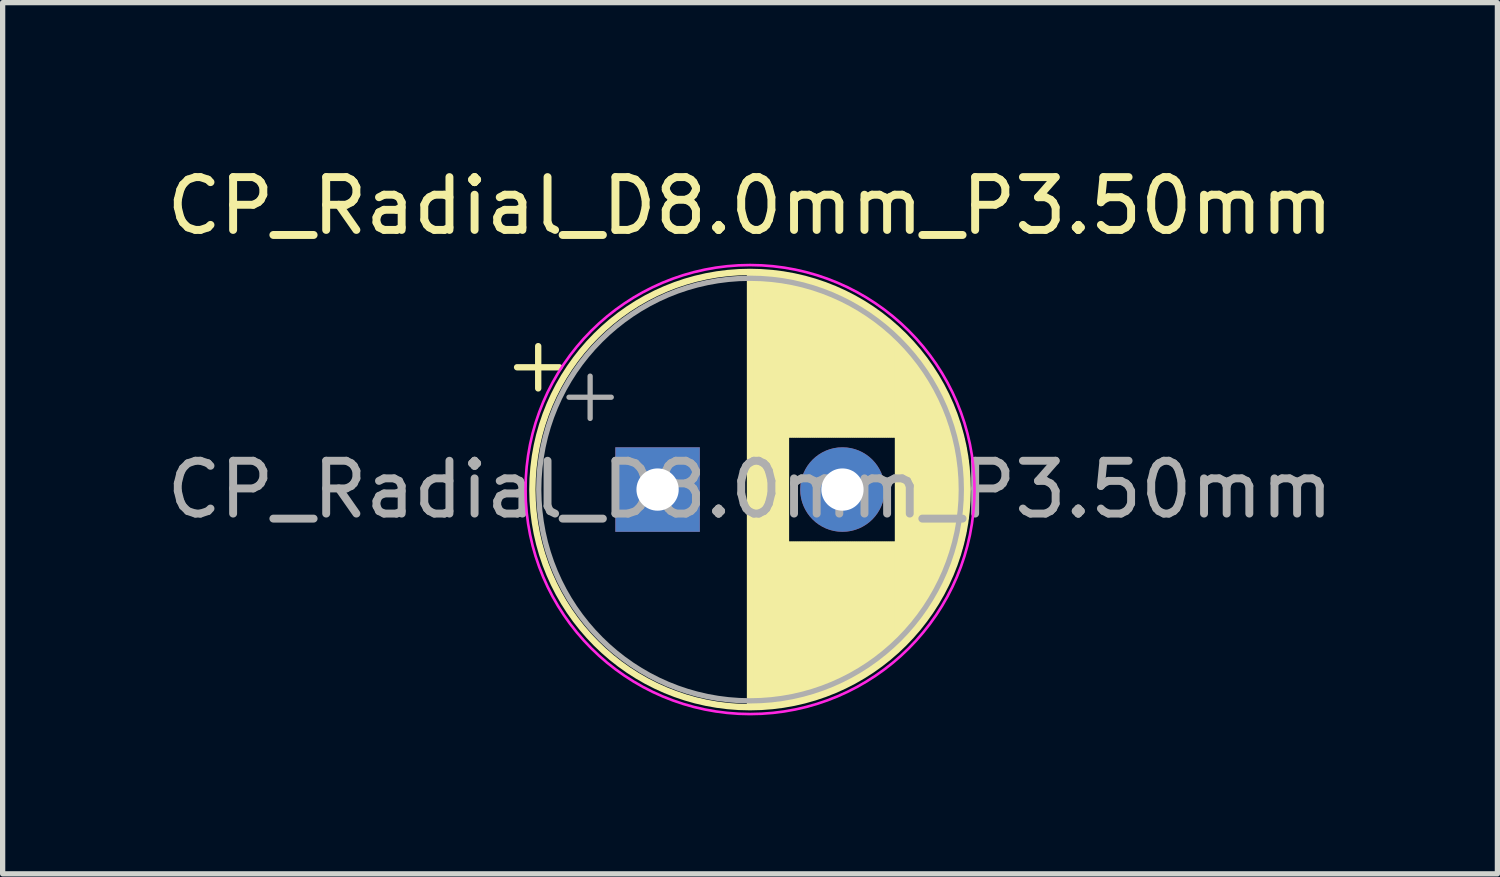
<source format=kicad_pcb>
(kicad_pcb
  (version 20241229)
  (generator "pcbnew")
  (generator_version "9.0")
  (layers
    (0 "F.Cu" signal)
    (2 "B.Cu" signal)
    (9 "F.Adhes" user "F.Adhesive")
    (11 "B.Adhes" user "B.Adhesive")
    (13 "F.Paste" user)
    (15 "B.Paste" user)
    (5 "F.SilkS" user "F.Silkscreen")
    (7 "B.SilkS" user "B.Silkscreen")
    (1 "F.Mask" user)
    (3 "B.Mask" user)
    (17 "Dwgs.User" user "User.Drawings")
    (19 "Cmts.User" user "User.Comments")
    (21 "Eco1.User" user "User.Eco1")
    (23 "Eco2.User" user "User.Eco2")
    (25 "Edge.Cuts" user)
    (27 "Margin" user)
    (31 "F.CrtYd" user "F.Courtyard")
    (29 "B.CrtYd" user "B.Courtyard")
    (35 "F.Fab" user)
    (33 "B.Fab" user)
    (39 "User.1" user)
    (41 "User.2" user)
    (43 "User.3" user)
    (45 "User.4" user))
  (footprint "CP_Radial_D8.0mm_P3.50mm"
    (layer "F.Cu")
    (at 9.399 6.218)
    (property "Reference" "CP_Radial_D8.0mm_P3.50mm" (at 1.75 -5.37 0) (layer "F.SilkS") (effects (font (size 1 1) (thickness 0.15))))
    (attr through_hole)
    (fp_line (start -2.66 -2.315) (end -1.86 -2.315) (stroke (width 0.12) (type solid)) (layer "F.SilkS"))
    (fp_line (start -2.26 -2.715) (end -2.26 -1.915) (stroke (width 0.12) (type solid)) (layer "F.SilkS"))
    (fp_line (start 1.75 -4.08) (end 1.75 4.08) (stroke (width 0.12) (type solid)) (layer "F.SilkS"))
    (fp_line (start 1.79 -4.08) (end 1.79 4.08) (stroke (width 0.12) (type solid)) (layer "F.SilkS"))
    (fp_line (start 1.83 -4.08) (end 1.83 4.08) (stroke (width 0.12) (type solid)) (layer "F.SilkS"))
    (fp_line (start 1.87 -4.079) (end 1.87 4.079) (stroke (width 0.12) (type solid)) (layer "F.SilkS"))
    (fp_line (start 1.91 -4.077) (end 1.91 4.077) (stroke (width 0.12) (type solid)) (layer "F.SilkS"))
    (fp_line (start 1.95 -4.076) (end 1.95 4.076) (stroke (width 0.12) (type solid)) (layer "F.SilkS"))
    (fp_line (start 1.99 -4.074) (end 1.99 4.074) (stroke (width 0.12) (type solid)) (layer "F.SilkS"))
    (fp_line (start 2.03 -4.071) (end 2.03 4.071) (stroke (width 0.12) (type solid)) (layer "F.SilkS"))
    (fp_line (start 2.07 -4.068) (end 2.07 4.068) (stroke (width 0.12) (type solid)) (layer "F.SilkS"))
    (fp_line (start 2.11 -4.065) (end 2.11 4.065) (stroke (width 0.12) (type solid)) (layer "F.SilkS"))
    (fp_line (start 2.15 -4.061) (end 2.15 4.061) (stroke (width 0.12) (type solid)) (layer "F.SilkS"))
    (fp_line (start 2.19 -4.057) (end 2.19 4.057) (stroke (width 0.12) (type solid)) (layer "F.SilkS"))
    (fp_line (start 2.23 -4.052) (end 2.23 4.052) (stroke (width 0.12) (type solid)) (layer "F.SilkS"))
    (fp_line (start 2.27 -4.048) (end 2.27 4.048) (stroke (width 0.12) (type solid)) (layer "F.SilkS"))
    (fp_line (start 2.31 -4.042) (end 2.31 4.042) (stroke (width 0.12) (type solid)) (layer "F.SilkS"))
    (fp_line (start 2.35 -4.037) (end 2.35 4.037) (stroke (width 0.12) (type solid)) (layer "F.SilkS"))
    (fp_line (start 2.39 -4.03) (end 2.39 4.03) (stroke (width 0.12) (type solid)) (layer "F.SilkS"))
    (fp_line (start 2.43 -4.024) (end 2.43 4.024) (stroke (width 0.12) (type solid)) (layer "F.SilkS"))
    (fp_line (start 2.471 -4.017) (end 2.471 -1.04) (stroke (width 0.12) (type solid)) (layer "F.SilkS"))
    (fp_line (start 2.471 1.04) (end 2.471 4.017) (stroke (width 0.12) (type solid)) (layer "F.SilkS"))
    (fp_line (start 2.511 -4.01) (end 2.511 -1.04) (stroke (width 0.12) (type solid)) (layer "F.SilkS"))
    (fp_line (start 2.511 1.04) (end 2.511 4.01) (stroke (width 0.12) (type solid)) (layer "F.SilkS"))
    (fp_line (start 2.551 -4.002) (end 2.551 -1.04) (stroke (width 0.12) (type solid)) (layer "F.SilkS"))
    (fp_line (start 2.551 1.04) (end 2.551 4.002) (stroke (width 0.12) (type solid)) (layer "F.SilkS"))
    (fp_line (start 2.591 -3.994) (end 2.591 -1.04) (stroke (width 0.12) (type solid)) (layer "F.SilkS"))
    (fp_line (start 2.591 1.04) (end 2.591 3.994) (stroke (width 0.12) (type solid)) (layer "F.SilkS"))
    (fp_line (start 2.631 -3.985) (end 2.631 -1.04) (stroke (width 0.12) (type solid)) (layer "F.SilkS"))
    (fp_line (start 2.631 1.04) (end 2.631 3.985) (stroke (width 0.12) (type solid)) (layer "F.SilkS"))
    (fp_line (start 2.671 -3.976) (end 2.671 -1.04) (stroke (width 0.12) (type solid)) (layer "F.SilkS"))
    (fp_line (start 2.671 1.04) (end 2.671 3.976) (stroke (width 0.12) (type solid)) (layer "F.SilkS"))
    (fp_line (start 2.711 -3.967) (end 2.711 -1.04) (stroke (width 0.12) (type solid)) (layer "F.SilkS"))
    (fp_line (start 2.711 1.04) (end 2.711 3.967) (stroke (width 0.12) (type solid)) (layer "F.SilkS"))
    (fp_line (start 2.751 -3.957) (end 2.751 -1.04) (stroke (width 0.12) (type solid)) (layer "F.SilkS"))
    (fp_line (start 2.751 1.04) (end 2.751 3.957) (stroke (width 0.12) (type solid)) (layer "F.SilkS"))
    (fp_line (start 2.791 -3.947) (end 2.791 -1.04) (stroke (width 0.12) (type solid)) (layer "F.SilkS"))
    (fp_line (start 2.791 1.04) (end 2.791 3.947) (stroke (width 0.12) (type solid)) (layer "F.SilkS"))
    (fp_line (start 2.831 -3.936) (end 2.831 -1.04) (stroke (width 0.12) (type solid)) (layer "F.SilkS"))
    (fp_line (start 2.831 1.04) (end 2.831 3.936) (stroke (width 0.12) (type solid)) (layer "F.SilkS"))
    (fp_line (start 2.871 -3.925) (end 2.871 -1.04) (stroke (width 0.12) (type solid)) (layer "F.SilkS"))
    (fp_line (start 2.871 1.04) (end 2.871 3.925) (stroke (width 0.12) (type solid)) (layer "F.SilkS"))
    (fp_line (start 2.911 -3.914) (end 2.911 -1.04) (stroke (width 0.12) (type solid)) (layer "F.SilkS"))
    (fp_line (start 2.911 1.04) (end 2.911 3.914) (stroke (width 0.12) (type solid)) (layer "F.SilkS"))
    (fp_line (start 2.951 -3.902) (end 2.951 -1.04) (stroke (width 0.12) (type solid)) (layer "F.SilkS"))
    (fp_line (start 2.951 1.04) (end 2.951 3.902) (stroke (width 0.12) (type solid)) (layer "F.SilkS"))
    (fp_line (start 2.991 -3.889) (end 2.991 -1.04) (stroke (width 0.12) (type solid)) (layer "F.SilkS"))
    (fp_line (start 2.991 1.04) (end 2.991 3.889) (stroke (width 0.12) (type solid)) (layer "F.SilkS"))
    (fp_line (start 3.031 -3.877) (end 3.031 -1.04) (stroke (width 0.12) (type solid)) (layer "F.SilkS"))
    (fp_line (start 3.031 1.04) (end 3.031 3.877) (stroke (width 0.12) (type solid)) (layer "F.SilkS"))
    (fp_line (start 3.071 -3.863) (end 3.071 -1.04) (stroke (width 0.12) (type solid)) (layer "F.SilkS"))
    (fp_line (start 3.071 1.04) (end 3.071 3.863) (stroke (width 0.12) (type solid)) (layer "F.SilkS"))
    (fp_line (start 3.111 -3.85) (end 3.111 -1.04) (stroke (width 0.12) (type solid)) (layer "F.SilkS"))
    (fp_line (start 3.111 1.04) (end 3.111 3.85) (stroke (width 0.12) (type solid)) (layer "F.SilkS"))
    (fp_line (start 3.151 -3.835) (end 3.151 -1.04) (stroke (width 0.12) (type solid)) (layer "F.SilkS"))
    (fp_line (start 3.151 1.04) (end 3.151 3.835) (stroke (width 0.12) (type solid)) (layer "F.SilkS"))
    (fp_line (start 3.191 -3.821) (end 3.191 -1.04) (stroke (width 0.12) (type solid)) (layer "F.SilkS"))
    (fp_line (start 3.191 1.04) (end 3.191 3.821) (stroke (width 0.12) (type solid)) (layer "F.SilkS"))
    (fp_line (start 3.231 -3.805) (end 3.231 -1.04) (stroke (width 0.12) (type solid)) (layer "F.SilkS"))
    (fp_line (start 3.231 1.04) (end 3.231 3.805) (stroke (width 0.12) (type solid)) (layer "F.SilkS"))
    (fp_line (start 3.271 -3.79) (end 3.271 -1.04) (stroke (width 0.12) (type solid)) (layer "F.SilkS"))
    (fp_line (start 3.271 1.04) (end 3.271 3.79) (stroke (width 0.12) (type solid)) (layer "F.SilkS"))
    (fp_line (start 3.311 -3.774) (end 3.311 -1.04) (stroke (width 0.12) (type solid)) (layer "F.SilkS"))
    (fp_line (start 3.311 1.04) (end 3.311 3.774) (stroke (width 0.12) (type solid)) (layer "F.SilkS"))
    (fp_line (start 3.351 -3.757) (end 3.351 -1.04) (stroke (width 0.12) (type solid)) (layer "F.SilkS"))
    (fp_line (start 3.351 1.04) (end 3.351 3.757) (stroke (width 0.12) (type solid)) (layer "F.SilkS"))
    (fp_line (start 3.391 -3.74) (end 3.391 -1.04) (stroke (width 0.12) (type solid)) (layer "F.SilkS"))
    (fp_line (start 3.391 1.04) (end 3.391 3.74) (stroke (width 0.12) (type solid)) (layer "F.SilkS"))
    (fp_line (start 3.431 -3.722) (end 3.431 -1.04) (stroke (width 0.12) (type solid)) (layer "F.SilkS"))
    (fp_line (start 3.431 1.04) (end 3.431 3.722) (stroke (width 0.12) (type solid)) (layer "F.SilkS"))
    (fp_line (start 3.471 -3.704) (end 3.471 -1.04) (stroke (width 0.12) (type solid)) (layer "F.SilkS"))
    (fp_line (start 3.471 1.04) (end 3.471 3.704) (stroke (width 0.12) (type solid)) (layer "F.SilkS"))
    (fp_line (start 3.511 -3.686) (end 3.511 -1.04) (stroke (width 0.12) (type solid)) (layer "F.SilkS"))
    (fp_line (start 3.511 1.04) (end 3.511 3.686) (stroke (width 0.12) (type solid)) (layer "F.SilkS"))
    (fp_line (start 3.551 -3.666) (end 3.551 -1.04) (stroke (width 0.12) (type solid)) (layer "F.SilkS"))
    (fp_line (start 3.551 1.04) (end 3.551 3.666) (stroke (width 0.12) (type solid)) (layer "F.SilkS"))
    (fp_line (start 3.591 -3.647) (end 3.591 -1.04) (stroke (width 0.12) (type solid)) (layer "F.SilkS"))
    (fp_line (start 3.591 1.04) (end 3.591 3.647) (stroke (width 0.12) (type solid)) (layer "F.SilkS"))
    (fp_line (start 3.631 -3.627) (end 3.631 -1.04) (stroke (width 0.12) (type solid)) (layer "F.SilkS"))
    (fp_line (start 3.631 1.04) (end 3.631 3.627) (stroke (width 0.12) (type solid)) (layer "F.SilkS"))
    (fp_line (start 3.671 -3.606) (end 3.671 -1.04) (stroke (width 0.12) (type solid)) (layer "F.SilkS"))
    (fp_line (start 3.671 1.04) (end 3.671 3.606) (stroke (width 0.12) (type solid)) (layer "F.SilkS"))
    (fp_line (start 3.711 -3.584) (end 3.711 -1.04) (stroke (width 0.12) (type solid)) (layer "F.SilkS"))
    (fp_line (start 3.711 1.04) (end 3.711 3.584) (stroke (width 0.12) (type solid)) (layer "F.SilkS"))
    (fp_line (start 3.751 -3.562) (end 3.751 -1.04) (stroke (width 0.12) (type solid)) (layer "F.SilkS"))
    (fp_line (start 3.751 1.04) (end 3.751 3.562) (stroke (width 0.12) (type solid)) (layer "F.SilkS"))
    (fp_line (start 3.791 -3.54) (end 3.791 -1.04) (stroke (width 0.12) (type solid)) (layer "F.SilkS"))
    (fp_line (start 3.791 1.04) (end 3.791 3.54) (stroke (width 0.12) (type solid)) (layer "F.SilkS"))
    (fp_line (start 3.831 -3.517) (end 3.831 -1.04) (stroke (width 0.12) (type solid)) (layer "F.SilkS"))
    (fp_line (start 3.831 1.04) (end 3.831 3.517) (stroke (width 0.12) (type solid)) (layer "F.SilkS"))
    (fp_line (start 3.871 -3.493) (end 3.871 -1.04) (stroke (width 0.12) (type solid)) (layer "F.SilkS"))
    (fp_line (start 3.871 1.04) (end 3.871 3.493) (stroke (width 0.12) (type solid)) (layer "F.SilkS"))
    (fp_line (start 3.911 -3.469) (end 3.911 -1.04) (stroke (width 0.12) (type solid)) (layer "F.SilkS"))
    (fp_line (start 3.911 1.04) (end 3.911 3.469) (stroke (width 0.12) (type solid)) (layer "F.SilkS"))
    (fp_line (start 3.951 -3.444) (end 3.951 -1.04) (stroke (width 0.12) (type solid)) (layer "F.SilkS"))
    (fp_line (start 3.951 1.04) (end 3.951 3.444) (stroke (width 0.12) (type solid)) (layer "F.SilkS"))
    (fp_line (start 3.991 -3.418) (end 3.991 -1.04) (stroke (width 0.12) (type solid)) (layer "F.SilkS"))
    (fp_line (start 3.991 1.04) (end 3.991 3.418) (stroke (width 0.12) (type solid)) (layer "F.SilkS"))
    (fp_line (start 4.031 -3.392) (end 4.031 -1.04) (stroke (width 0.12) (type solid)) (layer "F.SilkS"))
    (fp_line (start 4.031 1.04) (end 4.031 3.392) (stroke (width 0.12) (type solid)) (layer "F.SilkS"))
    (fp_line (start 4.071 -3.365) (end 4.071 -1.04) (stroke (width 0.12) (type solid)) (layer "F.SilkS"))
    (fp_line (start 4.071 1.04) (end 4.071 3.365) (stroke (width 0.12) (type solid)) (layer "F.SilkS"))
    (fp_line (start 4.111 -3.338) (end 4.111 -1.04) (stroke (width 0.12) (type solid)) (layer "F.SilkS"))
    (fp_line (start 4.111 1.04) (end 4.111 3.338) (stroke (width 0.12) (type solid)) (layer "F.SilkS"))
    (fp_line (start 4.151 -3.309) (end 4.151 -1.04) (stroke (width 0.12) (type solid)) (layer "F.SilkS"))
    (fp_line (start 4.151 1.04) (end 4.151 3.309) (stroke (width 0.12) (type solid)) (layer "F.SilkS"))
    (fp_line (start 4.191 -3.28) (end 4.191 -1.04) (stroke (width 0.12) (type solid)) (layer "F.SilkS"))
    (fp_line (start 4.191 1.04) (end 4.191 3.28) (stroke (width 0.12) (type solid)) (layer "F.SilkS"))
    (fp_line (start 4.231 -3.25) (end 4.231 -1.04) (stroke (width 0.12) (type solid)) (layer "F.SilkS"))
    (fp_line (start 4.231 1.04) (end 4.231 3.25) (stroke (width 0.12) (type solid)) (layer "F.SilkS"))
    (fp_line (start 4.271 -3.22) (end 4.271 -1.04) (stroke (width 0.12) (type solid)) (layer "F.SilkS"))
    (fp_line (start 4.271 1.04) (end 4.271 3.22) (stroke (width 0.12) (type solid)) (layer "F.SilkS"))
    (fp_line (start 4.311 -3.189) (end 4.311 -1.04) (stroke (width 0.12) (type solid)) (layer "F.SilkS"))
    (fp_line (start 4.311 1.04) (end 4.311 3.189) (stroke (width 0.12) (type solid)) (layer "F.SilkS"))
    (fp_line (start 4.351 -3.156) (end 4.351 -1.04) (stroke (width 0.12) (type solid)) (layer "F.SilkS"))
    (fp_line (start 4.351 1.04) (end 4.351 3.156) (stroke (width 0.12) (type solid)) (layer "F.SilkS"))
    (fp_line (start 4.391 -3.124) (end 4.391 -1.04) (stroke (width 0.12) (type solid)) (layer "F.SilkS"))
    (fp_line (start 4.391 1.04) (end 4.391 3.124) (stroke (width 0.12) (type solid)) (layer "F.SilkS"))
    (fp_line (start 4.431 -3.09) (end 4.431 -1.04) (stroke (width 0.12) (type solid)) (layer "F.SilkS"))
    (fp_line (start 4.431 1.04) (end 4.431 3.09) (stroke (width 0.12) (type solid)) (layer "F.SilkS"))
    (fp_line (start 4.471 -3.055) (end 4.471 -1.04) (stroke (width 0.12) (type solid)) (layer "F.SilkS"))
    (fp_line (start 4.471 1.04) (end 4.471 3.055) (stroke (width 0.12) (type solid)) (layer "F.SilkS"))
    (fp_line (start 4.511 -3.019) (end 4.511 -1.04) (stroke (width 0.12) (type solid)) (layer "F.SilkS"))
    (fp_line (start 4.511 1.04) (end 4.511 3.019) (stroke (width 0.12) (type solid)) (layer "F.SilkS"))
    (fp_line (start 4.551 -2.983) (end 4.551 2.983) (stroke (width 0.12) (type solid)) (layer "F.SilkS"))
    (fp_line (start 4.591 -2.945) (end 4.591 2.945) (stroke (width 0.12) (type solid)) (layer "F.SilkS"))
    (fp_line (start 4.631 -2.907) (end 4.631 2.907) (stroke (width 0.12) (type solid)) (layer "F.SilkS"))
    (fp_line (start 4.671 -2.867) (end 4.671 2.867) (stroke (width 0.12) (type solid)) (layer "F.SilkS"))
    (fp_line (start 4.711 -2.826) (end 4.711 2.826) (stroke (width 0.12) (type solid)) (layer "F.SilkS"))
    (fp_line (start 4.751 -2.784) (end 4.751 2.784) (stroke (width 0.12) (type solid)) (layer "F.SilkS"))
    (fp_line (start 4.791 -2.741) (end 4.791 2.741) (stroke (width 0.12) (type solid)) (layer "F.SilkS"))
    (fp_line (start 4.831 -2.697) (end 4.831 2.697) (stroke (width 0.12) (type solid)) (layer "F.SilkS"))
    (fp_line (start 4.871 -2.651) (end 4.871 2.651) (stroke (width 0.12) (type solid)) (layer "F.SilkS"))
    (fp_line (start 4.911 -2.604) (end 4.911 2.604) (stroke (width 0.12) (type solid)) (layer "F.SilkS"))
    (fp_line (start 4.951 -2.556) (end 4.951 2.556) (stroke (width 0.12) (type solid)) (layer "F.SilkS"))
    (fp_line (start 4.991 -2.505) (end 4.991 2.505) (stroke (width 0.12) (type solid)) (layer "F.SilkS"))
    (fp_line (start 5.031 -2.454) (end 5.031 2.454) (stroke (width 0.12) (type solid)) (layer "F.SilkS"))
    (fp_line (start 5.071 -2.4) (end 5.071 2.4) (stroke (width 0.12) (type solid)) (layer "F.SilkS"))
    (fp_line (start 5.111 -2.345) (end 5.111 2.345) (stroke (width 0.12) (type solid)) (layer "F.SilkS"))
    (fp_line (start 5.151 -2.287) (end 5.151 2.287) (stroke (width 0.12) (type solid)) (layer "F.SilkS"))
    (fp_line (start 5.191 -2.228) (end 5.191 2.228) (stroke (width 0.12) (type solid)) (layer "F.SilkS"))
    (fp_line (start 5.231 -2.166) (end 5.231 2.166) (stroke (width 0.12) (type solid)) (layer "F.SilkS"))
    (fp_line (start 5.271 -2.102) (end 5.271 2.102) (stroke (width 0.12) (type solid)) (layer "F.SilkS"))
    (fp_line (start 5.311 -2.034) (end 5.311 2.034) (stroke (width 0.12) (type solid)) (layer "F.SilkS"))
    (fp_line (start 5.351 -1.964) (end 5.351 1.964) (stroke (width 0.12) (type solid)) (layer "F.SilkS"))
    (fp_line (start 5.391 -1.89) (end 5.391 1.89) (stroke (width 0.12) (type solid)) (layer "F.SilkS"))
    (fp_line (start 5.431 -1.813) (end 5.431 1.813) (stroke (width 0.12) (type solid)) (layer "F.SilkS"))
    (fp_line (start 5.471 -1.731) (end 5.471 1.731) (stroke (width 0.12) (type solid)) (layer "F.SilkS"))
    (fp_line (start 5.511 -1.645) (end 5.511 1.645) (stroke (width 0.12) (type solid)) (layer "F.SilkS"))
    (fp_line (start 5.551 -1.552) (end 5.551 1.552) (stroke (width 0.12) (type solid)) (layer "F.SilkS"))
    (fp_line (start 5.591 -1.453) (end 5.591 1.453) (stroke (width 0.12) (type solid)) (layer "F.SilkS"))
    (fp_line (start 5.631 -1.346) (end 5.631 1.346) (stroke (width 0.12) (type solid)) (layer "F.SilkS"))
    (fp_line (start 5.671 -1.229) (end 5.671 1.229) (stroke (width 0.12) (type solid)) (layer "F.SilkS"))
    (fp_line (start 5.711 -1.098) (end 5.711 1.098) (stroke (width 0.12) (type solid)) (layer "F.SilkS"))
    (fp_line (start 5.751 -0.948) (end 5.751 0.948) (stroke (width 0.12) (type solid)) (layer "F.SilkS"))
    (fp_line (start 5.791 -0.768) (end 5.791 0.768) (stroke (width 0.12) (type solid)) (layer "F.SilkS"))
    (fp_line (start 5.831 -0.533) (end 5.831 0.533) (stroke (width 0.12) (type solid)) (layer "F.SilkS"))
    (fp_circle (center 1.75 0) (end 5.87 0) (stroke (width 0.12) (type solid)) (fill no) (layer "F.SilkS"))
    (fp_circle (center 1.75 0) (end 6 0) (stroke (width 0.05) (type solid)) (fill no) (layer "F.CrtYd"))
    (fp_line (start -1.677 -1.748) (end -0.877 -1.748) (stroke (width 0.1) (type solid)) (layer "F.Fab"))
    (fp_line (start -1.277 -2.147) (end -1.277 -1.347) (stroke (width 0.1) (type solid)) (layer "F.Fab"))
    (fp_circle (center 1.75 0) (end 5.75 0) (stroke (width 0.1) (type solid)) (fill no) (layer "F.Fab"))
    (fp_text user "${REFERENCE}" (at 1.75 0 0) (layer "F.Fab") (effects (font (size 1 1) (thickness 0.15))))
    (pad "1" thru_hole rect (at 0 0) (size 1.6 1.6) (drill 0.8) (layers "*.Cu" "*.Mask"))
    (pad "2" thru_hole circle (at 3.5 0) (size 1.6 1.6) (drill 0.8) (layers "*.Cu" "*.Mask")))
  (gr_rect
    (start -3 -3)
    (end 25.298 13.493)
    (stroke (width 0.1) (type default))
    (fill no)
    (layer "Edge.Cuts")))
</source>
